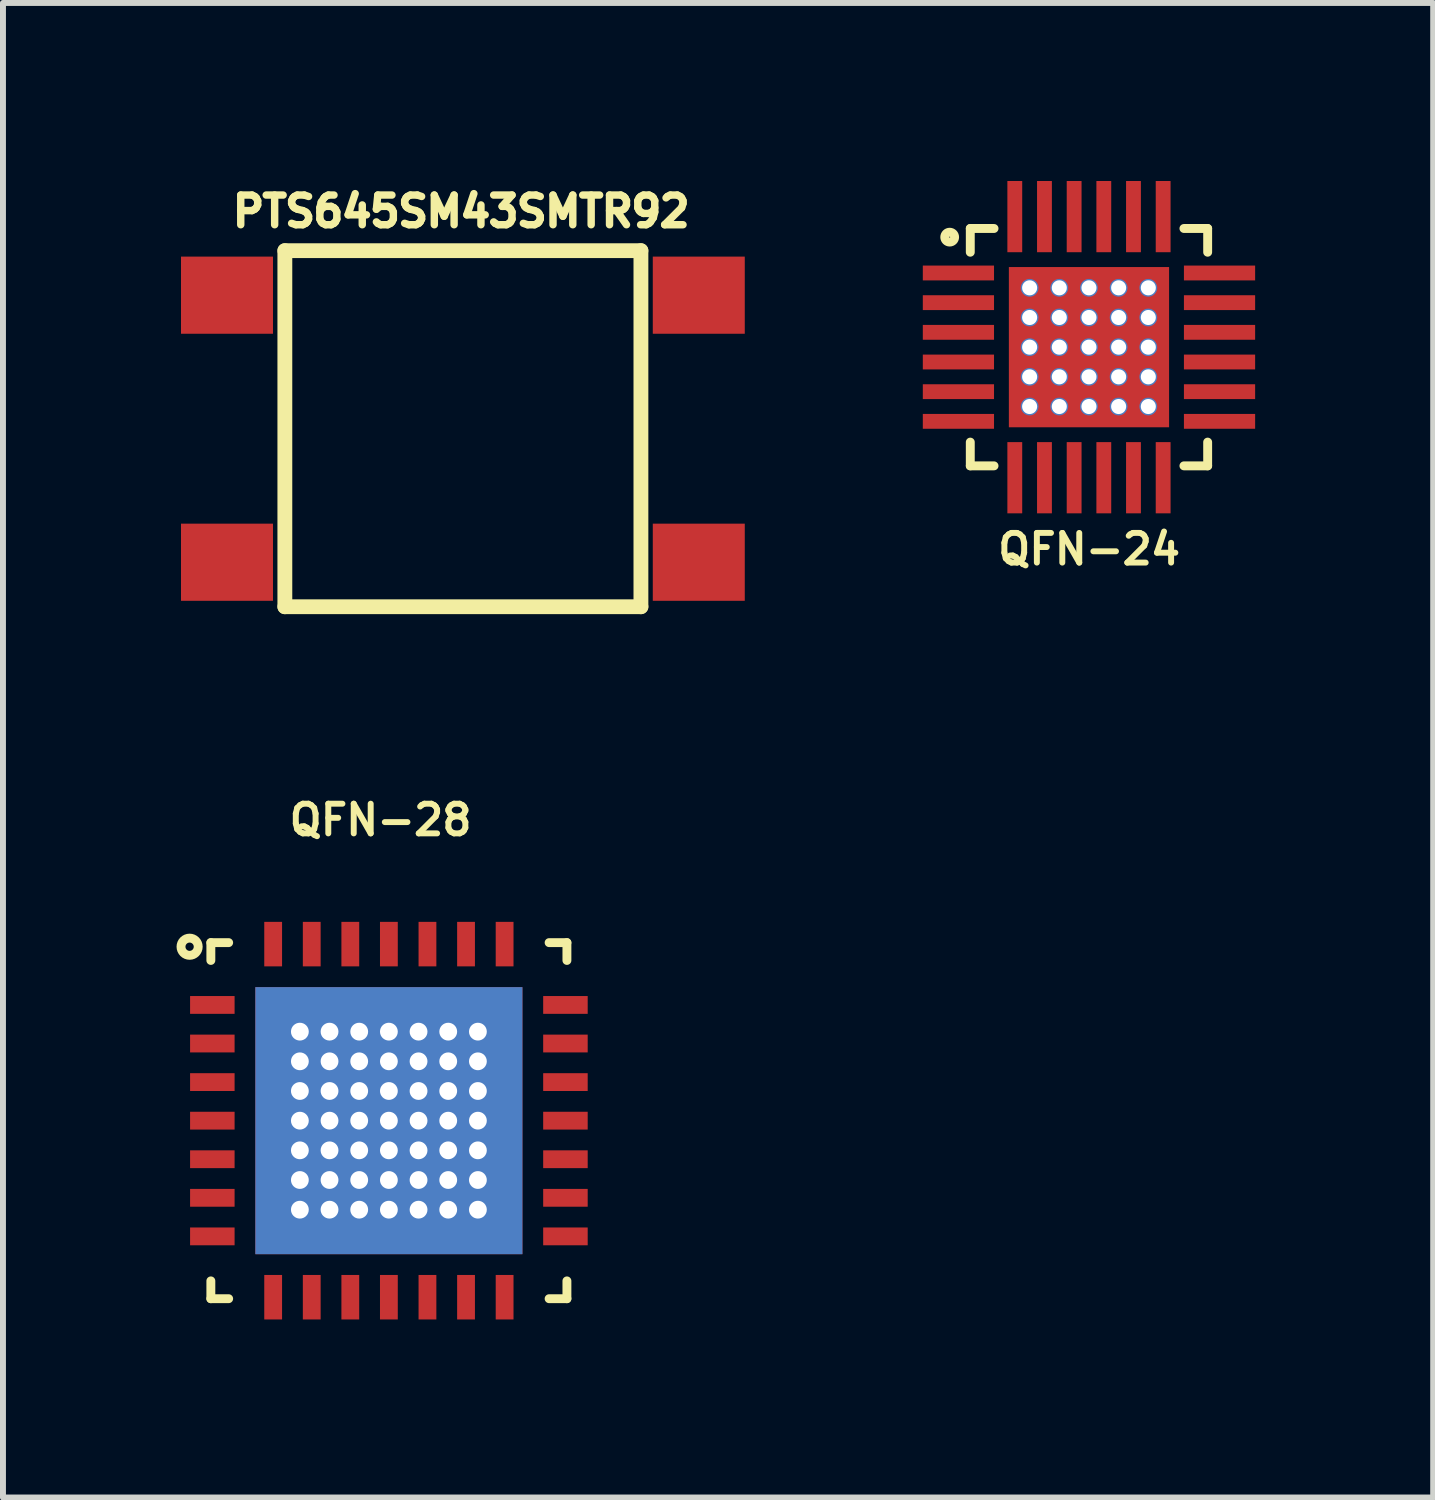
<source format=kicad_pcb>
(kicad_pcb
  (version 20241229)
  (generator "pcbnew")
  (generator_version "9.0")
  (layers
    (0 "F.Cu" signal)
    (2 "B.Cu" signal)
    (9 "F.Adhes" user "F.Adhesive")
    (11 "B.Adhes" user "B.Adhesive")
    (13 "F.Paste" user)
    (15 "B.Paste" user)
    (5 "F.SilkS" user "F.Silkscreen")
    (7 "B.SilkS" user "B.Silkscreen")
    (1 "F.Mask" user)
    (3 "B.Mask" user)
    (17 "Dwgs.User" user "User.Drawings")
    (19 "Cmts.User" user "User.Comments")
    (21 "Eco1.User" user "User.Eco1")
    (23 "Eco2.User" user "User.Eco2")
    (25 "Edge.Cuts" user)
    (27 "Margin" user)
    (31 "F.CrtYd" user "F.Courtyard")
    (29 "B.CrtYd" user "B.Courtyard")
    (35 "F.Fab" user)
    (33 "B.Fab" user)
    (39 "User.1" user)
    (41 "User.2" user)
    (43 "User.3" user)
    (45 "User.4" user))
  (footprint "QFN-24"
    (layer "F.Cu")
    (at 15.3 2.8)
    (property "Reference" "QFN-24" (at 0.003 3.404 0) (layer "F.SilkS") (effects (font (size 0.5 0.5) (thickness 0.1))))
    (attr through_hole)
    (fp_line (start -2 -2) (end -1.6 -2) (stroke (width 0.15) (type solid)) (layer "F.SilkS"))
    (fp_line (start -2 -1.6) (end -2 -2) (stroke (width 0.15) (type solid)) (layer "F.SilkS"))
    (fp_line (start -2 2) (end -2 1.6) (stroke (width 0.15) (type solid)) (layer "F.SilkS"))
    (fp_line (start -2 2) (end -1.6 2) (stroke (width 0.15) (type solid)) (layer "F.SilkS"))
    (fp_line (start 1.6 -2) (end 2 -2) (stroke (width 0.15) (type solid)) (layer "F.SilkS"))
    (fp_line (start 1.6 2) (end 2 2) (stroke (width 0.15) (type solid)) (layer "F.SilkS"))
    (fp_line (start 2 -1.6) (end 2 -2) (stroke (width 0.15) (type solid)) (layer "F.SilkS"))
    (fp_line (start 2 2) (end 2 1.6) (stroke (width 0.15) (type solid)) (layer "F.SilkS"))
    (fp_circle (center -2.347 -1.854) (end -2.278 -1.808) (stroke (width 0.15) (type solid)) (fill no) (layer "F.SilkS"))
    (pad "" thru_hole circle (at -1 -1) (size 0.3 0.3) (drill 0.254) (layers "*.Cu"))
    (pad "" thru_hole circle (at -1 -0.5) (size 0.3 0.3) (drill 0.254) (layers "*.Cu"))
    (pad "" thru_hole circle (at -1 0) (size 0.3 0.3) (drill 0.254) (layers "*.Cu"))
    (pad "" thru_hole circle (at -1 0.5) (size 0.3 0.3) (drill 0.254) (layers "*.Cu"))
    (pad "" thru_hole circle (at -1 1) (size 0.3 0.3) (drill 0.254) (layers "*.Cu"))
    (pad "" smd rect (at -0.6 -0.6) (size 1 1) (layers "F.Paste"))
    (pad "" smd rect (at -0.6 0.6) (size 1 1) (layers "F.Paste"))
    (pad "" thru_hole circle (at -0.5 -1) (size 0.3 0.3) (drill 0.254) (layers "*.Cu"))
    (pad "" thru_hole circle (at -0.5 -0.5) (size 0.3 0.3) (drill 0.254) (layers "*.Cu"))
    (pad "" thru_hole circle (at -0.5 0) (size 0.3 0.3) (drill 0.254) (layers "*.Cu"))
    (pad "" thru_hole circle (at -0.5 0.5) (size 0.3 0.3) (drill 0.254) (layers "*.Cu"))
    (pad "" thru_hole circle (at -0.5 1) (size 0.3 0.3) (drill 0.254) (layers "*.Cu"))
    (pad "" thru_hole circle (at 0 -1) (size 0.3 0.3) (drill 0.254) (layers "*.Cu"))
    (pad "" thru_hole circle (at 0 -0.5) (size 0.3 0.3) (drill 0.254) (layers "*.Cu"))
    (pad "" thru_hole circle (at 0 0) (size 0.3 0.3) (drill 0.254) (layers "*.Cu"))
    (pad "" thru_hole circle (at 0 0.5) (size 0.3 0.3) (drill 0.254) (layers "*.Cu"))
    (pad "" thru_hole circle (at 0 1) (size 0.3 0.3) (drill 0.254) (layers "*.Cu"))
    (pad "" thru_hole circle (at 0.5 -1) (size 0.3 0.3) (drill 0.254) (layers "*.Cu"))
    (pad "" thru_hole circle (at 0.5 -0.5) (size 0.3 0.3) (drill 0.254) (layers "*.Cu"))
    (pad "" thru_hole circle (at 0.5 0) (size 0.3 0.3) (drill 0.254) (layers "*.Cu"))
    (pad "" thru_hole circle (at 0.5 0.5) (size 0.3 0.3) (drill 0.254) (layers "*.Cu"))
    (pad "" thru_hole circle (at 0.5 1) (size 0.3 0.3) (drill 0.254) (layers "*.Cu"))
    (pad "" smd rect (at 0.6 -0.6) (size 1 1) (layers "F.Paste"))
    (pad "" smd rect (at 0.6 0.6) (size 1 1) (layers "F.Paste"))
    (pad "" thru_hole circle (at 1 -1) (size 0.3 0.3) (drill 0.254) (layers "*.Cu"))
    (pad "" thru_hole circle (at 1 -0.5) (size 0.3 0.3) (drill 0.254) (layers "*.Cu"))
    (pad "" thru_hole circle (at 1 0) (size 0.3 0.3) (drill 0.254) (layers "*.Cu"))
    (pad "" thru_hole circle (at 1 0.5) (size 0.3 0.3) (drill 0.254) (layers "*.Cu"))
    (pad "" thru_hole circle (at 1 1) (size 0.3 0.3) (drill 0.254) (layers "*.Cu"))
    (pad "1" smd rect (at -2.2 -1.25) (size 1.2 0.25) (layers "F.Cu" "F.Mask" "F.Paste"))
    (pad "2" smd rect (at -2.2 -0.75) (size 1.2 0.25) (layers "F.Cu" "F.Mask" "F.Paste"))
    (pad "3" smd rect (at -2.2 -0.25) (size 1.2 0.25) (layers "F.Cu" "F.Mask" "F.Paste"))
    (pad "4" smd rect (at -2.2 0.25) (size 1.2 0.25) (layers "F.Cu" "F.Mask" "F.Paste"))
    (pad "5" smd rect (at -2.2 0.75) (size 1.2 0.25) (layers "F.Cu" "F.Mask" "F.Paste"))
    (pad "6" smd rect (at -2.2 1.25) (size 1.2 0.25) (layers "F.Cu" "F.Mask" "F.Paste"))
    (pad "7" smd rect (at -1.25 2.2 90) (size 1.2 0.25) (layers "F.Cu" "F.Mask" "F.Paste"))
    (pad "8" smd rect (at -0.75 2.2 90) (size 1.2 0.25) (layers "F.Cu" "F.Mask" "F.Paste"))
    (pad "9" smd rect (at -0.25 2.2 90) (size 1.2 0.25) (layers "F.Cu" "F.Mask" "F.Paste"))
    (pad "10" smd rect (at 0.25 2.2 90) (size 1.2 0.25) (layers "F.Cu" "F.Mask" "F.Paste"))
    (pad "11" smd rect (at 0.75 2.2 90) (size 1.2 0.25) (layers "F.Cu" "F.Mask" "F.Paste"))
    (pad "12" smd rect (at 1.25 2.2 90) (size 1.2 0.25) (layers "F.Cu" "F.Mask" "F.Paste"))
    (pad "13" smd rect (at 2.2 1.25) (size 1.2 0.25) (layers "F.Cu" "F.Mask" "F.Paste"))
    (pad "14" smd rect (at 2.2 0.75) (size 1.2 0.25) (layers "F.Cu" "F.Mask" "F.Paste"))
    (pad "15" smd rect (at 2.2 0.25) (size 1.2 0.25) (layers "F.Cu" "F.Mask" "F.Paste"))
    (pad "16" smd rect (at 2.2 -0.25) (size 1.2 0.25) (layers "F.Cu" "F.Mask" "F.Paste"))
    (pad "17" smd rect (at 2.2 -0.75) (size 1.2 0.25) (layers "F.Cu" "F.Mask" "F.Paste"))
    (pad "18" smd rect (at 2.2 -1.25) (size 1.2 0.25) (layers "F.Cu" "F.Mask" "F.Paste"))
    (pad "19" smd rect (at 1.25 -2.2 90) (size 1.2 0.25) (layers "F.Cu" "F.Mask" "F.Paste"))
    (pad "20" smd rect (at 0.75 -2.2 90) (size 1.2 0.25) (layers "F.Cu" "F.Mask" "F.Paste"))
    (pad "21" smd rect (at 0.25 -2.2 90) (size 1.2 0.25) (layers "F.Cu" "F.Mask" "F.Paste"))
    (pad "22" smd rect (at -0.25 -2.2 90) (size 1.2 0.25) (layers "F.Cu" "F.Mask" "F.Paste"))
    (pad "23" smd rect (at -0.75 -2.2 90) (size 1.2 0.25) (layers "F.Cu" "F.Mask" "F.Paste"))
    (pad "24" smd rect (at -1.25 -2.2 90) (size 1.2 0.25) (layers "F.Cu" "F.Mask" "F.Paste"))
    (pad "25" smd rect (at 0 0) (size 2.7 2.7) (layers "F.Cu" "F.Mask")))
  (footprint "QFN-28"
    (layer "F.Cu")
    (at 3.503 15.834)
    (property "Reference" "QFN-28" (at -0.14 -5.067 0) (layer "F.SilkS") (effects (font (size 0.5 0.5) (thickness 0.1))))
    (attr through_hole)
    (fp_line (start -3 -3) (end -2.7 -3) (stroke (width 0.15) (type solid)) (layer "F.SilkS"))
    (fp_line (start -3 -2.7) (end -3 -3) (stroke (width 0.15) (type solid)) (layer "F.SilkS"))
    (fp_line (start -3 3) (end -3 2.7) (stroke (width 0.15) (type solid)) (layer "F.SilkS"))
    (fp_line (start -3 3) (end -2.7 3) (stroke (width 0.15) (type solid)) (layer "F.SilkS"))
    (fp_line (start 2.7 -3) (end 3 -3) (stroke (width 0.15) (type solid)) (layer "F.SilkS"))
    (fp_line (start 2.7 3) (end 3 3) (stroke (width 0.15) (type solid)) (layer "F.SilkS"))
    (fp_line (start 3 -3) (end 3 -2.7) (stroke (width 0.15) (type solid)) (layer "F.SilkS"))
    (fp_line (start 3 2.7) (end 3 3) (stroke (width 0.15) (type solid)) (layer "F.SilkS"))
    (fp_circle (center -3.358 -2.931) (end -3.307 -2.883) (stroke (width 0.15) (type solid)) (fill no) (layer "F.SilkS"))
    (pad "1" smd rect (at -2.975 -1.95) (size 0.75 0.3) (layers "F.Cu" "F.Mask" "F.Paste"))
    (pad "2" smd rect (at -2.975 -1.3) (size 0.75 0.3) (layers "F.Cu" "F.Mask" "F.Paste"))
    (pad "3" smd rect (at -2.975 -0.65) (size 0.75 0.3) (layers "F.Cu" "F.Mask" "F.Paste"))
    (pad "4" smd rect (at -2.975 0) (size 0.75 0.3) (layers "F.Cu" "F.Mask" "F.Paste"))
    (pad "5" smd rect (at -2.975 0.65) (size 0.75 0.3) (layers "F.Cu" "F.Mask" "F.Paste"))
    (pad "6" smd rect (at -2.975 1.3) (size 0.75 0.3) (layers "F.Cu" "F.Mask" "F.Paste"))
    (pad "7" smd rect (at -2.975 1.95) (size 0.75 0.3) (layers "F.Cu" "F.Mask" "F.Paste"))
    (pad "8" smd rect (at -1.95 2.975 90) (size 0.75 0.3) (layers "F.Cu" "F.Mask" "F.Paste"))
    (pad "9" smd rect (at -1.3 2.975 90) (size 0.75 0.3) (layers "F.Cu" "F.Mask" "F.Paste"))
    (pad "10" smd rect (at -0.65 2.975 90) (size 0.75 0.3) (layers "F.Cu" "F.Mask" "F.Paste"))
    (pad "11" smd rect (at 0 2.975 90) (size 0.75 0.3) (layers "F.Cu" "F.Mask" "F.Paste"))
    (pad "12" smd rect (at 0.65 2.975 90) (size 0.75 0.3) (layers "F.Cu" "F.Mask" "F.Paste"))
    (pad "13" smd rect (at 1.3 2.975 90) (size 0.75 0.3) (layers "F.Cu" "F.Mask" "F.Paste"))
    (pad "14" smd rect (at 1.95 2.975 90) (size 0.75 0.3) (layers "F.Cu" "F.Mask" "F.Paste"))
    (pad "15" smd rect (at 2.975 1.95) (size 0.75 0.3) (layers "F.Cu" "F.Mask" "F.Paste"))
    (pad "16" smd rect (at 2.975 1.3) (size 0.75 0.3) (layers "F.Cu" "F.Mask" "F.Paste"))
    (pad "17" smd rect (at 2.975 0.65) (size 0.75 0.3) (layers "F.Cu" "F.Mask" "F.Paste"))
    (pad "18" smd rect (at 2.975 0) (size 0.75 0.3) (layers "F.Cu" "F.Mask" "F.Paste"))
    (pad "19" smd rect (at 2.975 -0.65) (size 0.75 0.3) (layers "F.Cu" "F.Mask" "F.Paste"))
    (pad "20" smd rect (at 2.975 -1.3) (size 0.75 0.3) (layers "F.Cu" "F.Mask" "F.Paste"))
    (pad "21" smd rect (at 2.975 -1.95) (size 0.75 0.3) (layers "F.Cu" "F.Mask" "F.Paste"))
    (pad "22" smd rect (at 1.95 -2.975 90) (size 0.75 0.3) (layers "F.Cu" "F.Mask" "F.Paste"))
    (pad "23" smd rect (at 1.3 -2.975 90) (size 0.75 0.3) (layers "F.Cu" "F.Mask" "F.Paste"))
    (pad "24" smd rect (at 0.65 -2.975 90) (size 0.75 0.3) (layers "F.Cu" "F.Mask" "F.Paste"))
    (pad "25" smd rect (at 0 -2.975 90) (size 0.75 0.3) (layers "F.Cu" "F.Mask" "F.Paste"))
    (pad "26" smd rect (at -0.65 -2.975 90) (size 0.75 0.3) (layers "F.Cu" "F.Mask" "F.Paste"))
    (pad "27" smd rect (at -1.3 -2.975 90) (size 0.75 0.3) (layers "F.Cu" "F.Mask" "F.Paste"))
    (pad "28" smd rect (at -1.95 -2.975 90) (size 0.75 0.3) (layers "F.Cu" "F.Mask" "F.Paste"))
    (pad "29" thru_hole circle (at -1.5 -1.5) (size 0.3 0.3) (drill 0.3) (layers "*.Cu" "F.Mask"))
    (pad "29" thru_hole circle (at -1.5 -1) (size 0.3 0.3) (drill 0.3) (layers "*.Cu" "F.Mask"))
    (pad "29" thru_hole circle (at -1.5 -0.5) (size 0.3 0.3) (drill 0.3) (layers "*.Cu" "F.Mask"))
    (pad "29" thru_hole circle (at -1.5 0) (size 0.3 0.3) (drill 0.3) (layers "*.Cu" "F.Mask"))
    (pad "29" thru_hole circle (at -1.5 0.5) (size 0.3 0.3) (drill 0.3) (layers "*.Cu" "F.Mask"))
    (pad "29" thru_hole circle (at -1.5 1) (size 0.3 0.3) (drill 0.3) (layers "*.Cu" "F.Mask"))
    (pad "29" thru_hole circle (at -1.5 1.5) (size 0.3 0.3) (drill 0.3) (layers "*.Cu" "F.Mask"))
    (pad "29" smd rect (at -1.1 -1.1) (size 1.6 1.6) (layers "F.Cu" "F.Paste"))
    (pad "29" smd rect (at -1.1 1.1) (size 1.6 1.6) (layers "F.Cu" "F.Paste"))
    (pad "29" thru_hole circle (at -1 -1.5) (size 0.3 0.3) (drill 0.3) (layers "*.Cu" "F.Mask"))
    (pad "29" thru_hole circle (at -1 -1) (size 0.3 0.3) (drill 0.3) (layers "*.Cu" "F.Mask"))
    (pad "29" thru_hole circle (at -1 -0.5) (size 0.3 0.3) (drill 0.3) (layers "*.Cu" "F.Mask"))
    (pad "29" thru_hole circle (at -1 0) (size 0.3 0.3) (drill 0.3) (layers "*.Cu" "F.Mask"))
    (pad "29" thru_hole circle (at -1 0.5) (size 0.3 0.3) (drill 0.3) (layers "*.Cu" "F.Mask"))
    (pad "29" thru_hole circle (at -1 1) (size 0.3 0.3) (drill 0.3) (layers "*.Cu" "F.Mask"))
    (pad "29" thru_hole circle (at -1 1.5) (size 0.3 0.3) (drill 0.3) (layers "*.Cu" "F.Mask"))
    (pad "29" thru_hole circle (at -0.5 -1.5) (size 0.3 0.3) (drill 0.3) (layers "*.Cu" "F.Mask"))
    (pad "29" thru_hole circle (at -0.5 -1) (size 0.3 0.3) (drill 0.3) (layers "*.Cu" "F.Mask"))
    (pad "29" thru_hole circle (at -0.5 -0.5) (size 0.3 0.3) (drill 0.3) (layers "*.Cu" "F.Mask"))
    (pad "29" thru_hole circle (at -0.5 0) (size 0.3 0.3) (drill 0.3) (layers "*.Cu" "F.Mask"))
    (pad "29" thru_hole circle (at -0.5 0.5) (size 0.3 0.3) (drill 0.3) (layers "*.Cu" "F.Mask"))
    (pad "29" thru_hole circle (at -0.5 1) (size 0.3 0.3) (drill 0.3) (layers "*.Cu" "F.Mask"))
    (pad "29" thru_hole circle (at -0.5 1.5) (size 0.3 0.3) (drill 0.3) (layers "*.Cu" "F.Mask"))
    (pad "29" thru_hole circle (at 0 -1.5) (size 0.3 0.3) (drill 0.3) (layers "*.Cu" "F.Mask"))
    (pad "29" thru_hole circle (at 0 -1) (size 0.3 0.3) (drill 0.3) (layers "*.Cu" "F.Mask"))
    (pad "29" thru_hole circle (at 0 -0.5) (size 0.3 0.3) (drill 0.3) (layers "*.Cu" "F.Mask"))
    (pad "29" thru_hole circle (at 0 0) (size 0.3 0.3) (drill 0.3) (layers "*.Cu" "F.Mask"))
    (pad "29" smd rect (at 0 0) (size 4.5 4.5) (layers "F.Cu" "F.Mask"))
    (pad "29" smd rect (at 0 0) (size 4.5 4.5) (layers "B.Cu"))
    (pad "29" thru_hole circle (at 0 0.5) (size 0.3 0.3) (drill 0.3) (layers "*.Cu" "F.Mask"))
    (pad "29" thru_hole circle (at 0 1) (size 0.3 0.3) (drill 0.3) (layers "*.Cu" "F.Mask"))
    (pad "29" thru_hole circle (at 0 1.5) (size 0.3 0.3) (drill 0.3) (layers "*.Cu" "F.Mask"))
    (pad "29" thru_hole circle (at 0.5 -1.5) (size 0.3 0.3) (drill 0.3) (layers "*.Cu" "F.Mask"))
    (pad "29" thru_hole circle (at 0.5 -1) (size 0.3 0.3) (drill 0.3) (layers "*.Cu" "F.Mask"))
    (pad "29" thru_hole circle (at 0.5 -0.5) (size 0.3 0.3) (drill 0.3) (layers "*.Cu" "F.Mask"))
    (pad "29" thru_hole circle (at 0.5 0) (size 0.3 0.3) (drill 0.3) (layers "*.Cu" "F.Mask"))
    (pad "29" thru_hole circle (at 0.5 0.5) (size 0.3 0.3) (drill 0.3) (layers "*.Cu" "F.Mask"))
    (pad "29" thru_hole circle (at 0.5 1) (size 0.3 0.3) (drill 0.3) (layers "*.Cu" "F.Mask"))
    (pad "29" thru_hole circle (at 0.5 1.5) (size 0.3 0.3) (drill 0.3) (layers "*.Cu" "F.Mask"))
    (pad "29" thru_hole circle (at 1 -1.5) (size 0.3 0.3) (drill 0.3) (layers "*.Cu" "F.Mask"))
    (pad "29" thru_hole circle (at 1 -1) (size 0.3 0.3) (drill 0.3) (layers "*.Cu" "F.Mask"))
    (pad "29" thru_hole circle (at 1 -0.5) (size 0.3 0.3) (drill 0.3) (layers "*.Cu" "F.Mask"))
    (pad "29" thru_hole circle (at 1 0) (size 0.3 0.3) (drill 0.3) (layers "*.Cu" "F.Mask"))
    (pad "29" thru_hole circle (at 1 0.5) (size 0.3 0.3) (drill 0.3) (layers "*.Cu" "F.Mask"))
    (pad "29" thru_hole circle (at 1 1) (size 0.3 0.3) (drill 0.3) (layers "*.Cu" "F.Mask"))
    (pad "29" thru_hole circle (at 1 1.5) (size 0.3 0.3) (drill 0.3) (layers "*.Cu" "F.Mask"))
    (pad "29" smd rect (at 1.1 -1.1) (size 1.6 1.6) (layers "F.Cu" "F.Paste"))
    (pad "29" smd rect (at 1.1 1.1) (size 1.6 1.6) (layers "F.Cu" "F.Paste"))
    (pad "29" thru_hole circle (at 1.5 -1.5) (size 0.3 0.3) (drill 0.3) (layers "*.Cu" "F.Mask"))
    (pad "29" thru_hole circle (at 1.5 -1) (size 0.3 0.3) (drill 0.3) (layers "*.Cu" "F.Mask"))
    (pad "29" thru_hole circle (at 1.5 -0.5) (size 0.3 0.3) (drill 0.3) (layers "*.Cu" "F.Mask"))
    (pad "29" thru_hole circle (at 1.5 0) (size 0.3 0.3) (drill 0.3) (layers "*.Cu" "F.Mask"))
    (pad "29" thru_hole circle (at 1.5 0.5) (size 0.3 0.3) (drill 0.3) (layers "*.Cu" "F.Mask"))
    (pad "29" thru_hole circle (at 1.5 1) (size 0.3 0.3) (drill 0.3) (layers "*.Cu" "F.Mask"))
    (pad "29" thru_hole circle (at 1.5 1.5) (size 0.3 0.3) (drill 0.3) (layers "*.Cu" "F.Mask")))
  (footprint "PTS645SM43SMTR92"
    (layer "F.Cu")
    (at 4.75 4.174)
    (property "Reference" "PTS645SM43SMTR92" (at -0.029 -3.662 0) (layer "F.SilkS") (effects (font (size 0.5 0.5) (thickness 0.125))))
    (attr through_hole)
    (fp_line (start -3 -3) (end -3 3) (stroke (width 0.25) (type solid)) (layer "F.SilkS"))
    (fp_line (start -3 -3) (end 3 -3) (stroke (width 0.25) (type solid)) (layer "F.SilkS"))
    (fp_line (start -3 3) (end 3 3) (stroke (width 0.25) (type solid)) (layer "F.SilkS"))
    (fp_line (start 3 -3) (end 3 3) (stroke (width 0.25) (type solid)) (layer "F.SilkS"))
    (pad "1" smd rect (at -3.975 -2.25) (size 1.55 1.3) (layers "F.Cu" "F.Mask" "F.Paste"))
    (pad "1" smd rect (at 3.975 -2.25) (size 1.55 1.3) (layers "F.Cu" "F.Mask" "F.Paste"))
    (pad "2" smd rect (at -3.975 2.25) (size 1.55 1.3) (layers "F.Cu" "F.Mask" "F.Paste"))
    (pad "2" smd rect (at 3.975 2.25) (size 1.55 1.3) (layers "F.Cu" "F.Mask" "F.Paste")))
  (gr_rect
    (start -3 -3)
    (end 21.1 22.184)
    (stroke (width 0.1) (type default))
    (fill no)
    (layer "Edge.Cuts")))
</source>
